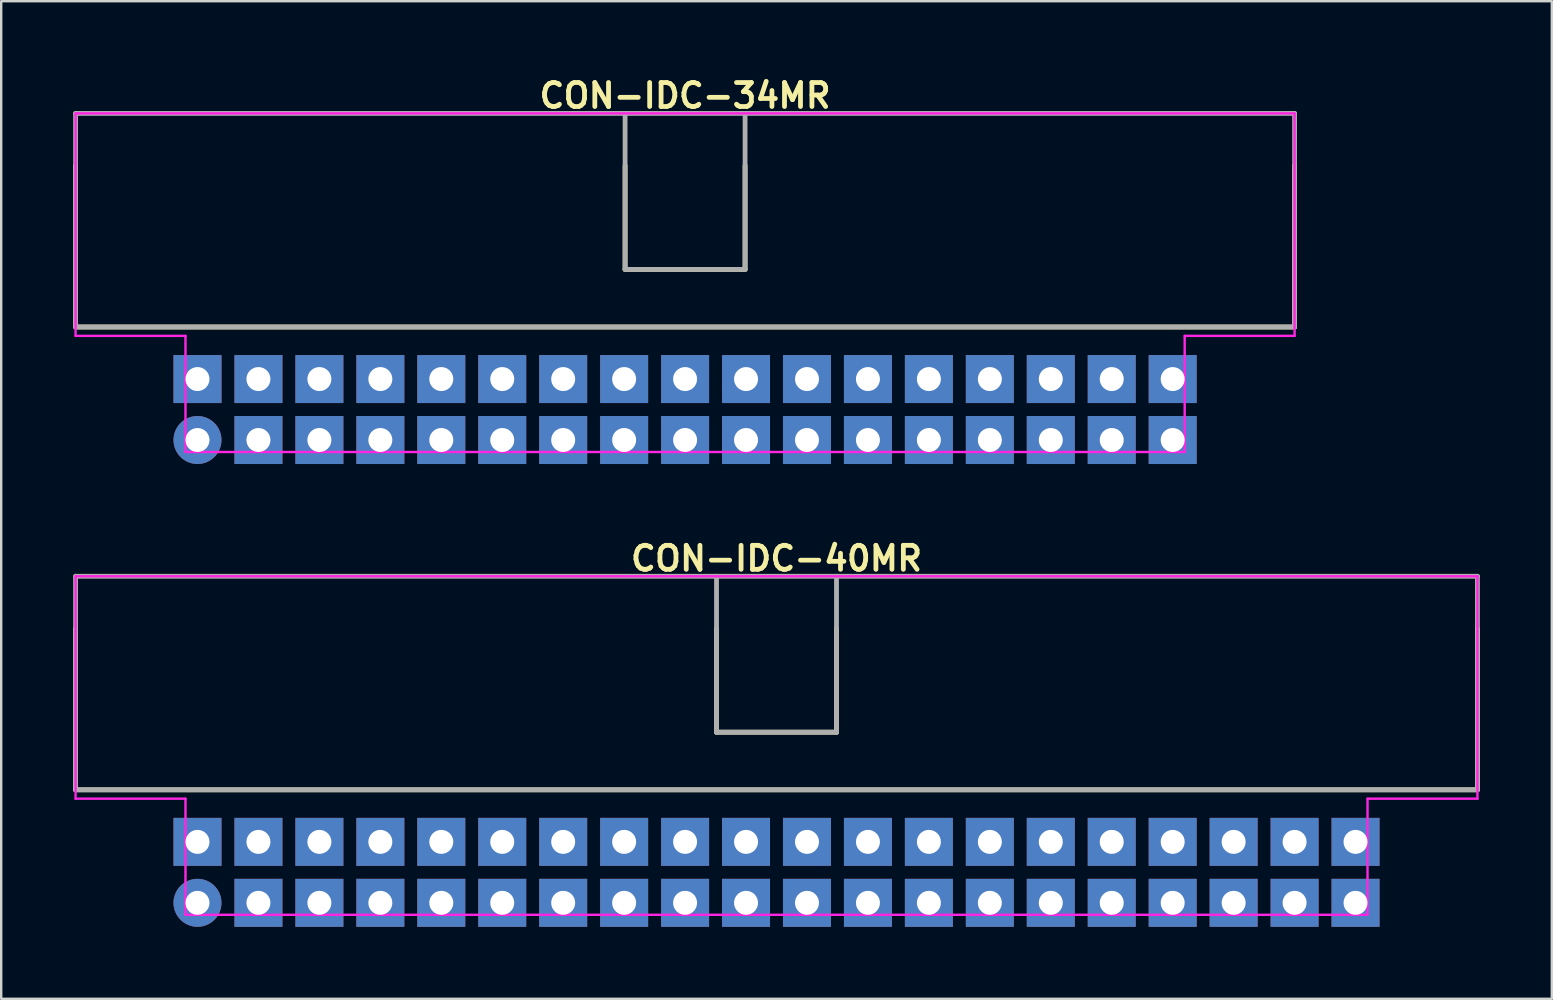
<source format=kicad_pcb>
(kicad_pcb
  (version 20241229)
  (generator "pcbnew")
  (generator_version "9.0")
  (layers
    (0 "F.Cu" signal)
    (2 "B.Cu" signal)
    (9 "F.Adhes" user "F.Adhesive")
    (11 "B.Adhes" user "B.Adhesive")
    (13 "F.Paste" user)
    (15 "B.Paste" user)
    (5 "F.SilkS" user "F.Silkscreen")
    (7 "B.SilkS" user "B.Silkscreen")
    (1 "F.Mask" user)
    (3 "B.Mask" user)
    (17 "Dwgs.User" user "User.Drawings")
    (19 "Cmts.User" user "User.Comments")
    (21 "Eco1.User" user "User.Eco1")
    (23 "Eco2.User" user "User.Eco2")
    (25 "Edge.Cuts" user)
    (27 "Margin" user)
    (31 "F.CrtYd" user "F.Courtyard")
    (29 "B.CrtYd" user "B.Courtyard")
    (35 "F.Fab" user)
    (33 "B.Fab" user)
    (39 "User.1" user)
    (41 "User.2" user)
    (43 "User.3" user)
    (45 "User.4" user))
  (footprint "CON-IDC-34MR"
    (layer "F.Cu")
    (at 25.5 14.017)
    (property "Reference" "CON-IDC-34MR" (at 0 -13.081 0) (layer "F.SilkS") (effects (font (size 1 1) (thickness 0.2))))
    (attr through_hole)
    (fp_line (start -25.4 -10.16) (end -25.4 -3.44) (stroke (width 0.2) (type solid)) (layer "F.SilkS"))
    (fp_line (start -25.4 -3.44) (end 25.4 -3.44) (stroke (width 0.2) (type solid)) (layer "F.SilkS"))
    (fp_line (start -2.5 -10.16) (end -2.5 -5.84) (stroke (width 0.2) (type solid)) (layer "F.SilkS"))
    (fp_line (start -2.5 -5.84) (end 2.5 -5.84) (stroke (width 0.2) (type solid)) (layer "F.SilkS"))
    (fp_line (start 2.5 -10.16) (end 2.5 -5.84) (stroke (width 0.2) (type solid)) (layer "F.SilkS"))
    (fp_line (start 25.4 -10.16) (end 25.4 -3.44) (stroke (width 0.2) (type solid)) (layer "F.SilkS"))
    (fp_line (start -25.4 -12.34) (end -25.4 -3.07) (stroke (width 0.1) (type solid)) (layer "F.CrtYd"))
    (fp_line (start -25.4 -12.34) (end 25.4 -12.34) (stroke (width 0.1) (type solid)) (layer "F.CrtYd"))
    (fp_line (start -25.4 -3.07) (end -20.82 -3.07) (stroke (width 0.1) (type solid)) (layer "F.CrtYd"))
    (fp_line (start -20.82 -3.07) (end -20.82 1.77) (stroke (width 0.1) (type solid)) (layer "F.CrtYd"))
    (fp_line (start -20.82 1.77) (end 20.82 1.77) (stroke (width 0.1) (type solid)) (layer "F.CrtYd"))
    (fp_line (start 20.82 -3.07) (end 20.82 1.77) (stroke (width 0.1) (type solid)) (layer "F.CrtYd"))
    (fp_line (start 20.82 -3.07) (end 25.4 -3.07) (stroke (width 0.1) (type solid)) (layer "F.CrtYd"))
    (fp_line (start 25.4 -12.34) (end 25.4 -3.07) (stroke (width 0.1) (type solid)) (layer "F.CrtYd"))
    (fp_line (start -25.4 -12.34) (end -25.4 -3.44) (stroke (width 0.2) (type solid)) (layer "F.Fab"))
    (fp_line (start -25.4 -12.34) (end 25.4 -12.34) (stroke (width 0.2) (type solid)) (layer "F.Fab"))
    (fp_line (start -25.4 -3.44) (end 25.4 -3.44) (stroke (width 0.2) (type solid)) (layer "F.Fab"))
    (fp_line (start -2.5 -12.34) (end -2.5 -5.84) (stroke (width 0.2) (type solid)) (layer "F.Fab"))
    (fp_line (start -2.5 -5.84) (end 2.5 -5.84) (stroke (width 0.2) (type solid)) (layer "F.Fab"))
    (fp_line (start 2.5 -12.34) (end 2.5 -5.84) (stroke (width 0.2) (type solid)) (layer "F.Fab"))
    (fp_line (start 25.4 -12.34) (end 25.4 -3.44) (stroke (width 0.2) (type solid)) (layer "F.Fab"))
    (pad "1" thru_hole circle (at -20.32 1.27) (size 2 2) (drill 1) (layers "B.Cu" "B.Mask"))
    (pad "2" thru_hole rect (at -20.32 -1.27) (size 2 2) (drill 1) (layers "B.Cu" "B.Mask"))
    (pad "3" thru_hole rect (at -17.78 1.27) (size 2 2) (drill 1) (layers "B.Cu" "B.Mask"))
    (pad "4" thru_hole rect (at -17.78 -1.27) (size 2 2) (drill 1) (layers "B.Cu" "B.Mask"))
    (pad "5" thru_hole rect (at -15.24 1.27) (size 2 2) (drill 1) (layers "B.Cu" "B.Mask"))
    (pad "6" thru_hole rect (at -15.24 -1.27) (size 2 2) (drill 1) (layers "B.Cu" "B.Mask"))
    (pad "7" thru_hole rect (at -12.7 1.27) (size 2 2) (drill 1) (layers "B.Cu" "B.Mask"))
    (pad "8" thru_hole rect (at -12.7 -1.27) (size 2 2) (drill 1) (layers "B.Cu" "B.Mask"))
    (pad "9" thru_hole rect (at -10.16 1.27) (size 2 2) (drill 1) (layers "B.Cu" "B.Mask"))
    (pad "10" thru_hole rect (at -10.16 -1.27) (size 2 2) (drill 1) (layers "B.Cu" "B.Mask"))
    (pad "11" thru_hole rect (at -7.62 1.27) (size 2 2) (drill 1) (layers "B.Cu" "B.Mask"))
    (pad "12" thru_hole rect (at -7.62 -1.27) (size 2 2) (drill 1) (layers "B.Cu" "B.Mask"))
    (pad "13" thru_hole rect (at -5.08 1.27) (size 2 2) (drill 1) (layers "B.Cu" "B.Mask"))
    (pad "14" thru_hole rect (at -5.08 -1.27) (size 2 2) (drill 1) (layers "B.Cu" "B.Mask"))
    (pad "15" thru_hole rect (at -2.54 1.27) (size 2 2) (drill 1) (layers "B.Cu" "B.Mask"))
    (pad "16" thru_hole rect (at -2.54 -1.27) (size 2 2) (drill 1) (layers "B.Cu" "B.Mask"))
    (pad "17" thru_hole rect (at 0 1.27) (size 2 2) (drill 1) (layers "B.Cu" "B.Mask"))
    (pad "18" thru_hole rect (at 0 -1.27) (size 2 2) (drill 1) (layers "B.Cu" "B.Mask"))
    (pad "19" thru_hole rect (at 2.54 1.27) (size 2 2) (drill 1) (layers "B.Cu" "B.Mask"))
    (pad "20" thru_hole rect (at 2.54 -1.27) (size 2 2) (drill 1) (layers "B.Cu" "B.Mask"))
    (pad "21" thru_hole rect (at 5.08 1.27) (size 2 2) (drill 1) (layers "B.Cu" "B.Mask"))
    (pad "22" thru_hole rect (at 5.08 -1.27) (size 2 2) (drill 1) (layers "B.Cu" "B.Mask"))
    (pad "23" thru_hole rect (at 7.62 1.27) (size 2 2) (drill 1) (layers "B.Cu" "B.Mask"))
    (pad "24" thru_hole rect (at 7.62 -1.27) (size 2 2) (drill 1) (layers "B.Cu" "B.Mask"))
    (pad "25" thru_hole rect (at 10.16 1.27) (size 2 2) (drill 1) (layers "B.Cu" "B.Mask"))
    (pad "26" thru_hole rect (at 10.16 -1.27) (size 2 2) (drill 1) (layers "B.Cu" "B.Mask"))
    (pad "27" thru_hole rect (at 12.7 1.27) (size 2 2) (drill 1) (layers "B.Cu" "B.Mask"))
    (pad "28" thru_hole rect (at 12.7 -1.27) (size 2 2) (drill 1) (layers "B.Cu" "B.Mask"))
    (pad "29" thru_hole rect (at 15.24 1.27) (size 2 2) (drill 1) (layers "B.Cu" "B.Mask"))
    (pad "30" thru_hole rect (at 15.24 -1.27) (size 2 2) (drill 1) (layers "B.Cu" "B.Mask"))
    (pad "31" thru_hole rect (at 17.78 1.27) (size 2 2) (drill 1) (layers "B.Cu" "B.Mask"))
    (pad "32" thru_hole rect (at 17.78 -1.27) (size 2 2) (drill 1) (layers "B.Cu" "B.Mask"))
    (pad "33" thru_hole rect (at 20.32 1.27) (size 2 2) (drill 1) (layers "B.Cu" "B.Mask"))
    (pad "34" thru_hole rect (at 20.32 -1.27) (size 2 2) (drill 1) (layers "B.Cu" "B.Mask")))
  (footprint "CON-IDC-40MR"
    (layer "F.Cu")
    (at 29.31 33.304)
    (property "Reference" "CON-IDC-40MR" (at 0 -13.081 0) (layer "F.SilkS") (effects (font (size 1 1) (thickness 0.2))))
    (attr through_hole)
    (fp_line (start -29.21 -10.16) (end -29.21 -3.44) (stroke (width 0.2) (type solid)) (layer "F.SilkS"))
    (fp_line (start -29.21 -3.44) (end 29.21 -3.44) (stroke (width 0.2) (type solid)) (layer "F.SilkS"))
    (fp_line (start -2.5 -10.16) (end -2.5 -5.84) (stroke (width 0.2) (type solid)) (layer "F.SilkS"))
    (fp_line (start -2.5 -5.84) (end 2.5 -5.84) (stroke (width 0.2) (type solid)) (layer "F.SilkS"))
    (fp_line (start 2.5 -10.16) (end 2.5 -5.84) (stroke (width 0.2) (type solid)) (layer "F.SilkS"))
    (fp_line (start 29.21 -10.16) (end 29.21 -3.44) (stroke (width 0.2) (type solid)) (layer "F.SilkS"))
    (fp_line (start -29.21 -12.34) (end -29.21 -3.07) (stroke (width 0.1) (type solid)) (layer "F.CrtYd"))
    (fp_line (start -29.21 -12.34) (end 29.21 -12.34) (stroke (width 0.1) (type solid)) (layer "F.CrtYd"))
    (fp_line (start -29.21 -3.07) (end -24.63 -3.07) (stroke (width 0.1) (type solid)) (layer "F.CrtYd"))
    (fp_line (start -24.63 -3.07) (end -24.63 1.77) (stroke (width 0.1) (type solid)) (layer "F.CrtYd"))
    (fp_line (start -24.63 1.77) (end 24.63 1.77) (stroke (width 0.1) (type solid)) (layer "F.CrtYd"))
    (fp_line (start 24.63 -3.07) (end 24.63 1.77) (stroke (width 0.1) (type solid)) (layer "F.CrtYd"))
    (fp_line (start 24.63 -3.07) (end 29.21 -3.07) (stroke (width 0.1) (type solid)) (layer "F.CrtYd"))
    (fp_line (start 29.21 -12.34) (end 29.21 -3.07) (stroke (width 0.1) (type solid)) (layer "F.CrtYd"))
    (fp_line (start -29.21 -12.34) (end -29.21 -3.44) (stroke (width 0.2) (type solid)) (layer "F.Fab"))
    (fp_line (start -29.21 -12.34) (end 29.21 -12.34) (stroke (width 0.2) (type solid)) (layer "F.Fab"))
    (fp_line (start -29.21 -3.44) (end 29.21 -3.44) (stroke (width 0.2) (type solid)) (layer "F.Fab"))
    (fp_line (start -2.5 -12.34) (end -2.5 -5.84) (stroke (width 0.2) (type solid)) (layer "F.Fab"))
    (fp_line (start -2.5 -5.84) (end 2.5 -5.84) (stroke (width 0.2) (type solid)) (layer "F.Fab"))
    (fp_line (start 2.5 -12.34) (end 2.5 -5.84) (stroke (width 0.2) (type solid)) (layer "F.Fab"))
    (fp_line (start 29.21 -12.34) (end 29.21 -3.44) (stroke (width 0.2) (type solid)) (layer "F.Fab"))
    (pad "1" thru_hole circle (at -24.13 1.27) (size 2 2) (drill 1) (layers "B.Cu" "B.Mask"))
    (pad "2" thru_hole rect (at -24.13 -1.27) (size 2 2) (drill 1) (layers "B.Cu" "B.Mask"))
    (pad "3" thru_hole rect (at -21.59 1.27) (size 2 2) (drill 1) (layers "B.Cu" "B.Mask"))
    (pad "4" thru_hole rect (at -21.59 -1.27) (size 2 2) (drill 1) (layers "B.Cu" "B.Mask"))
    (pad "5" thru_hole rect (at -19.05 1.27) (size 2 2) (drill 1) (layers "B.Cu" "B.Mask"))
    (pad "6" thru_hole rect (at -19.05 -1.27) (size 2 2) (drill 1) (layers "B.Cu" "B.Mask"))
    (pad "7" thru_hole rect (at -16.51 1.27) (size 2 2) (drill 1) (layers "B.Cu" "B.Mask"))
    (pad "8" thru_hole rect (at -16.51 -1.27) (size 2 2) (drill 1) (layers "B.Cu" "B.Mask"))
    (pad "9" thru_hole rect (at -13.97 1.27) (size 2 2) (drill 1) (layers "B.Cu" "B.Mask"))
    (pad "10" thru_hole rect (at -13.97 -1.27) (size 2 2) (drill 1) (layers "B.Cu" "B.Mask"))
    (pad "11" thru_hole rect (at -11.43 1.27) (size 2 2) (drill 1) (layers "B.Cu" "B.Mask"))
    (pad "12" thru_hole rect (at -11.43 -1.27) (size 2 2) (drill 1) (layers "B.Cu" "B.Mask"))
    (pad "13" thru_hole rect (at -8.89 1.27) (size 2 2) (drill 1) (layers "B.Cu" "B.Mask"))
    (pad "14" thru_hole rect (at -8.89 -1.27) (size 2 2) (drill 1) (layers "B.Cu" "B.Mask"))
    (pad "15" thru_hole rect (at -6.35 1.27) (size 2 2) (drill 1) (layers "B.Cu" "B.Mask"))
    (pad "16" thru_hole rect (at -6.35 -1.27) (size 2 2) (drill 1) (layers "B.Cu" "B.Mask"))
    (pad "17" thru_hole rect (at -3.81 1.27) (size 2 2) (drill 1) (layers "B.Cu" "B.Mask"))
    (pad "18" thru_hole rect (at -3.81 -1.27) (size 2 2) (drill 1) (layers "B.Cu" "B.Mask"))
    (pad "19" thru_hole rect (at -1.27 1.27) (size 2 2) (drill 1) (layers "B.Cu" "B.Mask"))
    (pad "20" thru_hole rect (at -1.27 -1.27) (size 2 2) (drill 1) (layers "B.Cu" "B.Mask"))
    (pad "21" thru_hole rect (at 1.27 1.27) (size 2 2) (drill 1) (layers "B.Cu" "B.Mask"))
    (pad "22" thru_hole rect (at 1.27 -1.27) (size 2 2) (drill 1) (layers "B.Cu" "B.Mask"))
    (pad "23" thru_hole rect (at 3.81 1.27) (size 2 2) (drill 1) (layers "B.Cu" "B.Mask"))
    (pad "24" thru_hole rect (at 3.81 -1.27) (size 2 2) (drill 1) (layers "B.Cu" "B.Mask"))
    (pad "25" thru_hole rect (at 6.35 1.27) (size 2 2) (drill 1) (layers "B.Cu" "B.Mask"))
    (pad "26" thru_hole rect (at 6.35 -1.27) (size 2 2) (drill 1) (layers "B.Cu" "B.Mask"))
    (pad "27" thru_hole rect (at 8.89 1.27) (size 2 2) (drill 1) (layers "B.Cu" "B.Mask"))
    (pad "28" thru_hole rect (at 8.89 -1.27) (size 2 2) (drill 1) (layers "B.Cu" "B.Mask"))
    (pad "29" thru_hole rect (at 11.43 1.27) (size 2 2) (drill 1) (layers "B.Cu" "B.Mask"))
    (pad "30" thru_hole rect (at 11.43 -1.27) (size 2 2) (drill 1) (layers "B.Cu" "B.Mask"))
    (pad "31" thru_hole rect (at 13.97 1.27) (size 2 2) (drill 1) (layers "B.Cu" "B.Mask"))
    (pad "32" thru_hole rect (at 13.97 -1.27) (size 2 2) (drill 1) (layers "B.Cu" "B.Mask"))
    (pad "33" thru_hole rect (at 16.51 1.27) (size 2 2) (drill 1) (layers "B.Cu" "B.Mask"))
    (pad "34" thru_hole rect (at 16.51 -1.27) (size 2 2) (drill 1) (layers "B.Cu" "B.Mask"))
    (pad "35" thru_hole rect (at 19.05 1.27) (size 2 2) (drill 1) (layers "B.Cu" "B.Mask"))
    (pad "36" thru_hole rect (at 19.05 -1.27) (size 2 2) (drill 1) (layers "B.Cu" "B.Mask"))
    (pad "37" thru_hole rect (at 21.59 1.27) (size 2 2) (drill 1) (layers "B.Cu" "B.Mask"))
    (pad "38" thru_hole rect (at 21.59 -1.27) (size 2 2) (drill 1) (layers "B.Cu" "B.Mask"))
    (pad "39" thru_hole rect (at 24.13 1.27) (size 2 2) (drill 1) (layers "B.Cu" "B.Mask"))
    (pad "40" thru_hole rect (at 24.13 -1.27) (size 2 2) (drill 1) (layers "B.Cu" "B.Mask")))
  (gr_rect
    (start -3 -3)
    (end 61.62 38.574)
    (stroke (width 0.1) (type default))
    (fill no)
    (layer "Edge.Cuts")))
</source>
